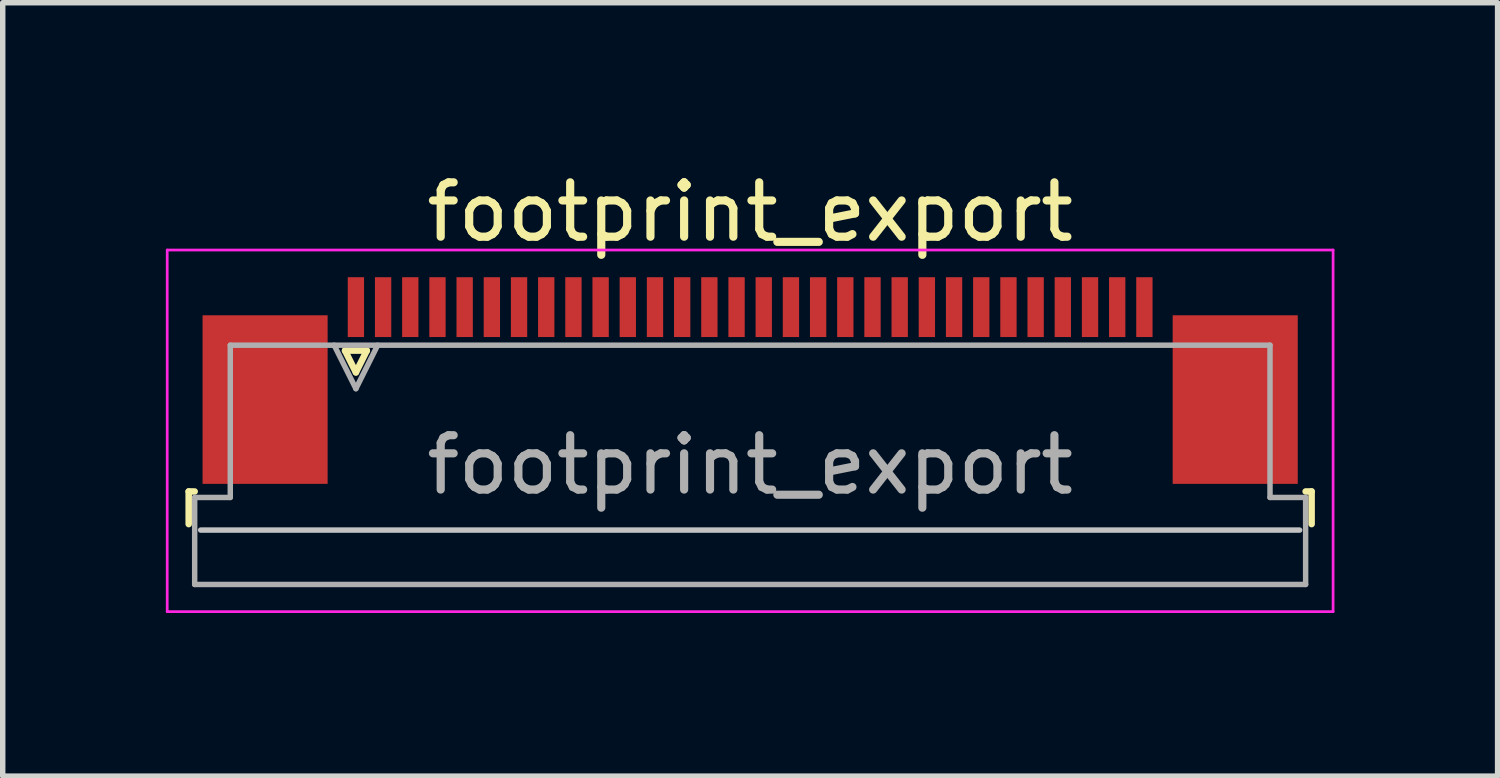
<source format=kicad_pcb>
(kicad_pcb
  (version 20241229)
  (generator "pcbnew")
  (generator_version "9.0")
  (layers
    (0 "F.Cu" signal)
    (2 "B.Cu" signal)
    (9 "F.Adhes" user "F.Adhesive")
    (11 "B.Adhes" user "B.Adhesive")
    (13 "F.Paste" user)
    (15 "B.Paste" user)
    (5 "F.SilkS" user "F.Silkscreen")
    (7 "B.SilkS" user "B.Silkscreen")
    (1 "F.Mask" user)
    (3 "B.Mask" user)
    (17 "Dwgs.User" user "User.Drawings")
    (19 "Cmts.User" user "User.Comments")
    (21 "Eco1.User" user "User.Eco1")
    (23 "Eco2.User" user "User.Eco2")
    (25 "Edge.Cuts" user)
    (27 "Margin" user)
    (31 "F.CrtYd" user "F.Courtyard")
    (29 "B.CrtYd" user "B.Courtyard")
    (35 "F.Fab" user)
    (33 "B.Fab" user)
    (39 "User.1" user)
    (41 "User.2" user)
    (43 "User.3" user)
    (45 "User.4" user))
  (footprint "footprint_export"
    (layer "F.Cu")
    (at 10.745 3.948)
    (property "Reference" "footprint_export" (at 0 -3.1 0) (layer "F.SilkS") (effects (font (size 1 1) (thickness 0.15))))
    (attr smd)
    (fp_line (start -10.325 2.04) (end -10.325 2.64) (stroke (width 0.12) (type solid)) (layer "F.SilkS"))
    (fp_line (start -10.215 2.04) (end -10.325 2.04) (stroke (width 0.12) (type solid)) (layer "F.SilkS"))
    (fp_line (start -7.45 -0.55) (end -7.25 -0.15) (stroke (width 0.12) (type solid)) (layer "F.SilkS"))
    (fp_line (start -7.25 -0.15) (end -7.05 -0.55) (stroke (width 0.12) (type solid)) (layer "F.SilkS"))
    (fp_line (start -7.05 -0.55) (end -7.45 -0.55) (stroke (width 0.12) (type solid)) (layer "F.SilkS"))
    (fp_line (start 10.215 2.04) (end 10.325 2.04) (stroke (width 0.12) (type solid)) (layer "F.SilkS"))
    (fp_line (start 10.325 2.04) (end 10.325 2.64) (stroke (width 0.12) (type solid)) (layer "F.SilkS"))
    (fp_line (start 10.105 2.75) (end -10.105 2.75) (stroke (width 0.1) (type solid)) (layer "Dwgs.User"))
    (fp_line (start -10.72 -2.4) (end -10.72 4.25) (stroke (width 0.05) (type solid)) (layer "F.CrtYd"))
    (fp_line (start -10.72 4.25) (end 10.72 4.25) (stroke (width 0.05) (type solid)) (layer "F.CrtYd"))
    (fp_line (start 10.72 -2.4) (end -10.72 -2.4) (stroke (width 0.05) (type solid)) (layer "F.CrtYd"))
    (fp_line (start 10.72 4.25) (end 10.72 -2.4) (stroke (width 0.05) (type solid)) (layer "F.CrtYd"))
    (fp_line (start -10.215 2.15) (end -9.56 2.15) (stroke (width 0.1) (type solid)) (layer "F.Fab"))
    (fp_line (start -10.215 3.75) (end -10.215 2.15) (stroke (width 0.1) (type solid)) (layer "F.Fab"))
    (fp_line (start -9.56 -0.65) (end 9.56 -0.65) (stroke (width 0.1) (type solid)) (layer "F.Fab"))
    (fp_line (start -9.56 2.15) (end -9.56 -0.65) (stroke (width 0.1) (type solid)) (layer "F.Fab"))
    (fp_line (start -7.65 -0.65) (end -7.25 0.15) (stroke (width 0.1) (type solid)) (layer "F.Fab"))
    (fp_line (start -7.25 0.15) (end -6.85 -0.65) (stroke (width 0.1) (type solid)) (layer "F.Fab"))
    (fp_line (start 9.56 -0.65) (end 9.56 2.15) (stroke (width 0.1) (type solid)) (layer "F.Fab"))
    (fp_line (start 9.56 2.15) (end 10.215 2.15) (stroke (width 0.1) (type solid)) (layer "F.Fab"))
    (fp_line (start 10.215 2.15) (end 10.215 3.75) (stroke (width 0.1) (type solid)) (layer "F.Fab"))
    (fp_line (start 10.215 3.75) (end -10.215 3.75) (stroke (width 0.1) (type solid)) (layer "F.Fab"))
    (fp_text user "${REFERENCE}" (at 0 1.55 0) (layer "F.Fab") (effects (font (size 1 1) (thickness 0.15))))
    (pad "1" smd rect (at -7.25 -1.35) (size 0.3 1.1) (layers "F.Cu" "F.Mask" "F.Paste"))
    (pad "2" smd rect (at -6.75 -1.35) (size 0.3 1.1) (layers "F.Cu" "F.Mask" "F.Paste"))
    (pad "3" smd rect (at -6.25 -1.35) (size 0.3 1.1) (layers "F.Cu" "F.Mask" "F.Paste"))
    (pad "4" smd rect (at -5.75 -1.35) (size 0.3 1.1) (layers "F.Cu" "F.Mask" "F.Paste"))
    (pad "5" smd rect (at -5.25 -1.35) (size 0.3 1.1) (layers "F.Cu" "F.Mask" "F.Paste"))
    (pad "6" smd rect (at -4.75 -1.35) (size 0.3 1.1) (layers "F.Cu" "F.Mask" "F.Paste"))
    (pad "7" smd rect (at -4.25 -1.35) (size 0.3 1.1) (layers "F.Cu" "F.Mask" "F.Paste"))
    (pad "8" smd rect (at -3.75 -1.35) (size 0.3 1.1) (layers "F.Cu" "F.Mask" "F.Paste"))
    (pad "9" smd rect (at -3.25 -1.35) (size 0.3 1.1) (layers "F.Cu" "F.Mask" "F.Paste"))
    (pad "10" smd rect (at -2.75 -1.35) (size 0.3 1.1) (layers "F.Cu" "F.Mask" "F.Paste"))
    (pad "11" smd rect (at -2.25 -1.35) (size 0.3 1.1) (layers "F.Cu" "F.Mask" "F.Paste"))
    (pad "12" smd rect (at -1.75 -1.35) (size 0.3 1.1) (layers "F.Cu" "F.Mask" "F.Paste"))
    (pad "13" smd rect (at -1.25 -1.35) (size 0.3 1.1) (layers "F.Cu" "F.Mask" "F.Paste"))
    (pad "14" smd rect (at -0.75 -1.35) (size 0.3 1.1) (layers "F.Cu" "F.Mask" "F.Paste"))
    (pad "15" smd rect (at -0.25 -1.35) (size 0.3 1.1) (layers "F.Cu" "F.Mask" "F.Paste"))
    (pad "16" smd rect (at 0.25 -1.35) (size 0.3 1.1) (layers "F.Cu" "F.Mask" "F.Paste"))
    (pad "17" smd rect (at 0.75 -1.35) (size 0.3 1.1) (layers "F.Cu" "F.Mask" "F.Paste"))
    (pad "18" smd rect (at 1.25 -1.35) (size 0.3 1.1) (layers "F.Cu" "F.Mask" "F.Paste"))
    (pad "19" smd rect (at 1.75 -1.35) (size 0.3 1.1) (layers "F.Cu" "F.Mask" "F.Paste"))
    (pad "20" smd rect (at 2.25 -1.35) (size 0.3 1.1) (layers "F.Cu" "F.Mask" "F.Paste"))
    (pad "21" smd rect (at 2.75 -1.35) (size 0.3 1.1) (layers "F.Cu" "F.Mask" "F.Paste"))
    (pad "22" smd rect (at 3.25 -1.35) (size 0.3 1.1) (layers "F.Cu" "F.Mask" "F.Paste"))
    (pad "23" smd rect (at 3.75 -1.35) (size 0.3 1.1) (layers "F.Cu" "F.Mask" "F.Paste"))
    (pad "24" smd rect (at 4.25 -1.35) (size 0.3 1.1) (layers "F.Cu" "F.Mask" "F.Paste"))
    (pad "25" smd rect (at 4.75 -1.35) (size 0.3 1.1) (layers "F.Cu" "F.Mask" "F.Paste"))
    (pad "26" smd rect (at 5.25 -1.35) (size 0.3 1.1) (layers "F.Cu" "F.Mask" "F.Paste"))
    (pad "27" smd rect (at 5.75 -1.35) (size 0.3 1.1) (layers "F.Cu" "F.Mask" "F.Paste"))
    (pad "28" smd rect (at 6.25 -1.35) (size 0.3 1.1) (layers "F.Cu" "F.Mask" "F.Paste"))
    (pad "29" smd rect (at 6.75 -1.35) (size 0.3 1.1) (layers "F.Cu" "F.Mask" "F.Paste"))
    (pad "30" smd rect (at 7.25 -1.35) (size 0.3 1.1) (layers "F.Cu" "F.Mask" "F.Paste"))
    (pad "MP" smd rect (at -8.92 0.35) (size 2.3 3.1) (layers "F.Cu" "F.Mask" "F.Paste"))
    (pad "MP" smd rect (at 8.92 0.35) (size 2.3 3.1) (layers "F.Cu" "F.Mask" "F.Paste")))
  (gr_rect
    (start -3 -3)
    (end 24.49 11.223)
    (stroke (width 0.1) (type default))
    (fill no)
    (layer "Edge.Cuts")))
</source>
